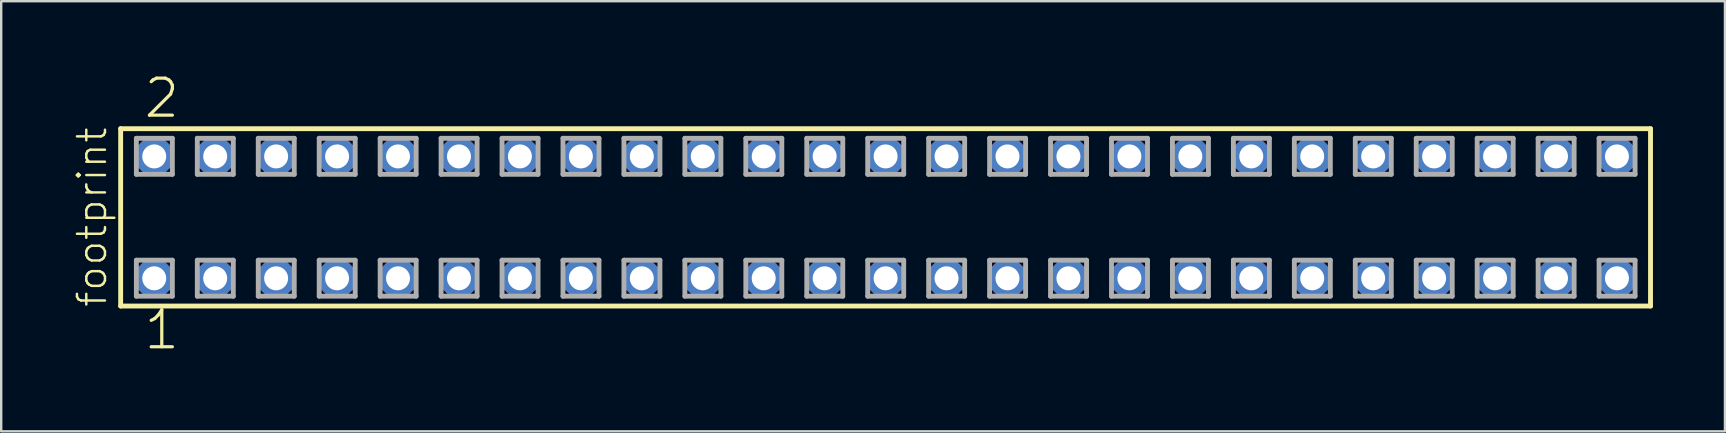
<source format=kicad_pcb>
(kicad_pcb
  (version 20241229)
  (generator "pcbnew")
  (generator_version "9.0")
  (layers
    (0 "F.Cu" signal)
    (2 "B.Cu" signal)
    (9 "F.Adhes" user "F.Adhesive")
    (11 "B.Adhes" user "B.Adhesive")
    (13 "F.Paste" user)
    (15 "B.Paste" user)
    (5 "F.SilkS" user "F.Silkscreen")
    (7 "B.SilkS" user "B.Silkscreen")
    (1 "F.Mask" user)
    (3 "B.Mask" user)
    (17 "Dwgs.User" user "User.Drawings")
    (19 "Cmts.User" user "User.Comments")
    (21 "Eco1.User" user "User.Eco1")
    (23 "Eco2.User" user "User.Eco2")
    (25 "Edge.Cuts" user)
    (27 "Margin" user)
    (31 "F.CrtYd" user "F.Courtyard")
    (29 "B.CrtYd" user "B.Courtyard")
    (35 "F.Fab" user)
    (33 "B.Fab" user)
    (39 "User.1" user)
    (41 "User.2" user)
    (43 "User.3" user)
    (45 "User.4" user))
  (footprint "footprint"
    (layer "F.Cu")
    (at 33.858 6.009)
    (property "Reference" "footprint" (at -32.385 3.81 90) (layer "F.SilkS") (effects (font (size 1.168 1.168) (thickness 0.102)) (justify left bottom)))
    (fp_line (start -31.879 -3.695) (end 31.879 -3.695) (stroke (width 0.203) (type solid)) (layer "F.SilkS"))
    (fp_line (start -31.879 3.695) (end -31.879 -3.695) (stroke (width 0.203) (type solid)) (layer "F.SilkS"))
    (fp_line (start 31.879 -3.695) (end 31.879 3.695) (stroke (width 0.203) (type solid)) (layer "F.SilkS"))
    (fp_line (start 31.879 3.695) (end -31.879 3.695) (stroke (width 0.203) (type solid)) (layer "F.SilkS"))
    (fp_line (start -31.225 -3.295) (end -29.725 -3.295) (stroke (width 0.203) (type solid)) (layer "F.Fab"))
    (fp_line (start -31.225 -1.795) (end -31.225 -3.295) (stroke (width 0.203) (type solid)) (layer "F.Fab"))
    (fp_line (start -31.225 1.785) (end -29.725 1.785) (stroke (width 0.203) (type solid)) (layer "F.Fab"))
    (fp_line (start -31.225 3.285) (end -31.225 1.785) (stroke (width 0.203) (type solid)) (layer "F.Fab"))
    (fp_line (start -29.725 -3.295) (end -29.725 -1.795) (stroke (width 0.203) (type solid)) (layer "F.Fab"))
    (fp_line (start -29.725 -1.795) (end -31.225 -1.795) (stroke (width 0.203) (type solid)) (layer "F.Fab"))
    (fp_line (start -29.725 1.785) (end -29.725 3.285) (stroke (width 0.203) (type solid)) (layer "F.Fab"))
    (fp_line (start -29.725 3.285) (end -31.225 3.285) (stroke (width 0.203) (type solid)) (layer "F.Fab"))
    (fp_line (start -28.685 -3.295) (end -27.185 -3.295) (stroke (width 0.203) (type solid)) (layer "F.Fab"))
    (fp_line (start -28.685 -1.795) (end -28.685 -3.295) (stroke (width 0.203) (type solid)) (layer "F.Fab"))
    (fp_line (start -28.685 1.785) (end -27.185 1.785) (stroke (width 0.203) (type solid)) (layer "F.Fab"))
    (fp_line (start -28.685 3.285) (end -28.685 1.785) (stroke (width 0.203) (type solid)) (layer "F.Fab"))
    (fp_line (start -27.185 -3.295) (end -27.185 -1.795) (stroke (width 0.203) (type solid)) (layer "F.Fab"))
    (fp_line (start -27.185 -1.795) (end -28.685 -1.795) (stroke (width 0.203) (type solid)) (layer "F.Fab"))
    (fp_line (start -27.185 1.785) (end -27.185 3.285) (stroke (width 0.203) (type solid)) (layer "F.Fab"))
    (fp_line (start -27.185 3.285) (end -28.685 3.285) (stroke (width 0.203) (type solid)) (layer "F.Fab"))
    (fp_line (start -26.145 -3.295) (end -24.645 -3.295) (stroke (width 0.203) (type solid)) (layer "F.Fab"))
    (fp_line (start -26.145 -1.795) (end -26.145 -3.295) (stroke (width 0.203) (type solid)) (layer "F.Fab"))
    (fp_line (start -26.145 1.785) (end -24.645 1.785) (stroke (width 0.203) (type solid)) (layer "F.Fab"))
    (fp_line (start -26.145 3.285) (end -26.145 1.785) (stroke (width 0.203) (type solid)) (layer "F.Fab"))
    (fp_line (start -24.645 -3.295) (end -24.645 -1.795) (stroke (width 0.203) (type solid)) (layer "F.Fab"))
    (fp_line (start -24.645 -1.795) (end -26.145 -1.795) (stroke (width 0.203) (type solid)) (layer "F.Fab"))
    (fp_line (start -24.645 1.785) (end -24.645 3.285) (stroke (width 0.203) (type solid)) (layer "F.Fab"))
    (fp_line (start -24.645 3.285) (end -26.145 3.285) (stroke (width 0.203) (type solid)) (layer "F.Fab"))
    (fp_line (start -23.605 -3.295) (end -22.105 -3.295) (stroke (width 0.203) (type solid)) (layer "F.Fab"))
    (fp_line (start -23.605 -1.795) (end -23.605 -3.295) (stroke (width 0.203) (type solid)) (layer "F.Fab"))
    (fp_line (start -23.605 1.785) (end -22.105 1.785) (stroke (width 0.203) (type solid)) (layer "F.Fab"))
    (fp_line (start -23.605 3.285) (end -23.605 1.785) (stroke (width 0.203) (type solid)) (layer "F.Fab"))
    (fp_line (start -22.105 -3.295) (end -22.105 -1.795) (stroke (width 0.203) (type solid)) (layer "F.Fab"))
    (fp_line (start -22.105 -1.795) (end -23.605 -1.795) (stroke (width 0.203) (type solid)) (layer "F.Fab"))
    (fp_line (start -22.105 1.785) (end -22.105 3.285) (stroke (width 0.203) (type solid)) (layer "F.Fab"))
    (fp_line (start -22.105 3.285) (end -23.605 3.285) (stroke (width 0.203) (type solid)) (layer "F.Fab"))
    (fp_line (start -21.065 -3.295) (end -19.565 -3.295) (stroke (width 0.203) (type solid)) (layer "F.Fab"))
    (fp_line (start -21.065 -1.795) (end -21.065 -3.295) (stroke (width 0.203) (type solid)) (layer "F.Fab"))
    (fp_line (start -21.065 1.785) (end -19.565 1.785) (stroke (width 0.203) (type solid)) (layer "F.Fab"))
    (fp_line (start -21.065 3.285) (end -21.065 1.785) (stroke (width 0.203) (type solid)) (layer "F.Fab"))
    (fp_line (start -19.565 -3.295) (end -19.565 -1.795) (stroke (width 0.203) (type solid)) (layer "F.Fab"))
    (fp_line (start -19.565 -1.795) (end -21.065 -1.795) (stroke (width 0.203) (type solid)) (layer "F.Fab"))
    (fp_line (start -19.565 1.785) (end -19.565 3.285) (stroke (width 0.203) (type solid)) (layer "F.Fab"))
    (fp_line (start -19.565 3.285) (end -21.065 3.285) (stroke (width 0.203) (type solid)) (layer "F.Fab"))
    (fp_line (start -18.525 -3.295) (end -17.025 -3.295) (stroke (width 0.203) (type solid)) (layer "F.Fab"))
    (fp_line (start -18.525 -1.795) (end -18.525 -3.295) (stroke (width 0.203) (type solid)) (layer "F.Fab"))
    (fp_line (start -18.525 1.785) (end -17.025 1.785) (stroke (width 0.203) (type solid)) (layer "F.Fab"))
    (fp_line (start -18.525 3.285) (end -18.525 1.785) (stroke (width 0.203) (type solid)) (layer "F.Fab"))
    (fp_line (start -17.025 -3.295) (end -17.025 -1.795) (stroke (width 0.203) (type solid)) (layer "F.Fab"))
    (fp_line (start -17.025 -1.795) (end -18.525 -1.795) (stroke (width 0.203) (type solid)) (layer "F.Fab"))
    (fp_line (start -17.025 1.785) (end -17.025 3.285) (stroke (width 0.203) (type solid)) (layer "F.Fab"))
    (fp_line (start -17.025 3.285) (end -18.525 3.285) (stroke (width 0.203) (type solid)) (layer "F.Fab"))
    (fp_line (start -15.985 -3.295) (end -14.485 -3.295) (stroke (width 0.203) (type solid)) (layer "F.Fab"))
    (fp_line (start -15.985 -1.795) (end -15.985 -3.295) (stroke (width 0.203) (type solid)) (layer "F.Fab"))
    (fp_line (start -15.985 1.785) (end -14.485 1.785) (stroke (width 0.203) (type solid)) (layer "F.Fab"))
    (fp_line (start -15.985 3.285) (end -15.985 1.785) (stroke (width 0.203) (type solid)) (layer "F.Fab"))
    (fp_line (start -14.485 -3.295) (end -14.485 -1.795) (stroke (width 0.203) (type solid)) (layer "F.Fab"))
    (fp_line (start -14.485 -1.795) (end -15.985 -1.795) (stroke (width 0.203) (type solid)) (layer "F.Fab"))
    (fp_line (start -14.485 1.785) (end -14.485 3.285) (stroke (width 0.203) (type solid)) (layer "F.Fab"))
    (fp_line (start -14.485 3.285) (end -15.985 3.285) (stroke (width 0.203) (type solid)) (layer "F.Fab"))
    (fp_line (start -13.445 -3.295) (end -11.945 -3.295) (stroke (width 0.203) (type solid)) (layer "F.Fab"))
    (fp_line (start -13.445 -1.795) (end -13.445 -3.295) (stroke (width 0.203) (type solid)) (layer "F.Fab"))
    (fp_line (start -13.445 1.785) (end -11.945 1.785) (stroke (width 0.203) (type solid)) (layer "F.Fab"))
    (fp_line (start -13.445 3.285) (end -13.445 1.785) (stroke (width 0.203) (type solid)) (layer "F.Fab"))
    (fp_line (start -11.945 -3.295) (end -11.945 -1.795) (stroke (width 0.203) (type solid)) (layer "F.Fab"))
    (fp_line (start -11.945 -1.795) (end -13.445 -1.795) (stroke (width 0.203) (type solid)) (layer "F.Fab"))
    (fp_line (start -11.945 1.785) (end -11.945 3.285) (stroke (width 0.203) (type solid)) (layer "F.Fab"))
    (fp_line (start -11.945 3.285) (end -13.445 3.285) (stroke (width 0.203) (type solid)) (layer "F.Fab"))
    (fp_line (start -10.905 -3.295) (end -9.405 -3.295) (stroke (width 0.203) (type solid)) (layer "F.Fab"))
    (fp_line (start -10.905 -1.795) (end -10.905 -3.295) (stroke (width 0.203) (type solid)) (layer "F.Fab"))
    (fp_line (start -10.905 1.785) (end -9.405 1.785) (stroke (width 0.203) (type solid)) (layer "F.Fab"))
    (fp_line (start -10.905 3.285) (end -10.905 1.785) (stroke (width 0.203) (type solid)) (layer "F.Fab"))
    (fp_line (start -9.405 -3.295) (end -9.405 -1.795) (stroke (width 0.203) (type solid)) (layer "F.Fab"))
    (fp_line (start -9.405 -1.795) (end -10.905 -1.795) (stroke (width 0.203) (type solid)) (layer "F.Fab"))
    (fp_line (start -9.405 1.785) (end -9.405 3.285) (stroke (width 0.203) (type solid)) (layer "F.Fab"))
    (fp_line (start -9.405 3.285) (end -10.905 3.285) (stroke (width 0.203) (type solid)) (layer "F.Fab"))
    (fp_line (start -8.365 -3.295) (end -6.865 -3.295) (stroke (width 0.203) (type solid)) (layer "F.Fab"))
    (fp_line (start -8.365 -1.795) (end -8.365 -3.295) (stroke (width 0.203) (type solid)) (layer "F.Fab"))
    (fp_line (start -8.365 1.785) (end -6.865 1.785) (stroke (width 0.203) (type solid)) (layer "F.Fab"))
    (fp_line (start -8.365 3.285) (end -8.365 1.785) (stroke (width 0.203) (type solid)) (layer "F.Fab"))
    (fp_line (start -6.865 -3.295) (end -6.865 -1.795) (stroke (width 0.203) (type solid)) (layer "F.Fab"))
    (fp_line (start -6.865 -1.795) (end -8.365 -1.795) (stroke (width 0.203) (type solid)) (layer "F.Fab"))
    (fp_line (start -6.865 1.785) (end -6.865 3.285) (stroke (width 0.203) (type solid)) (layer "F.Fab"))
    (fp_line (start -6.865 3.285) (end -8.365 3.285) (stroke (width 0.203) (type solid)) (layer "F.Fab"))
    (fp_line (start -5.825 -3.295) (end -4.325 -3.295) (stroke (width 0.203) (type solid)) (layer "F.Fab"))
    (fp_line (start -5.825 -1.795) (end -5.825 -3.295) (stroke (width 0.203) (type solid)) (layer "F.Fab"))
    (fp_line (start -5.825 1.785) (end -4.325 1.785) (stroke (width 0.203) (type solid)) (layer "F.Fab"))
    (fp_line (start -5.825 3.285) (end -5.825 1.785) (stroke (width 0.203) (type solid)) (layer "F.Fab"))
    (fp_line (start -4.325 -3.295) (end -4.325 -1.795) (stroke (width 0.203) (type solid)) (layer "F.Fab"))
    (fp_line (start -4.325 -1.795) (end -5.825 -1.795) (stroke (width 0.203) (type solid)) (layer "F.Fab"))
    (fp_line (start -4.325 1.785) (end -4.325 3.285) (stroke (width 0.203) (type solid)) (layer "F.Fab"))
    (fp_line (start -4.325 3.285) (end -5.825 3.285) (stroke (width 0.203) (type solid)) (layer "F.Fab"))
    (fp_line (start -3.285 -3.295) (end -1.785 -3.295) (stroke (width 0.203) (type solid)) (layer "F.Fab"))
    (fp_line (start -3.285 -1.795) (end -3.285 -3.295) (stroke (width 0.203) (type solid)) (layer "F.Fab"))
    (fp_line (start -3.285 1.785) (end -1.785 1.785) (stroke (width 0.203) (type solid)) (layer "F.Fab"))
    (fp_line (start -3.285 3.285) (end -3.285 1.785) (stroke (width 0.203) (type solid)) (layer "F.Fab"))
    (fp_line (start -1.785 -3.295) (end -1.785 -1.795) (stroke (width 0.203) (type solid)) (layer "F.Fab"))
    (fp_line (start -1.785 -1.795) (end -3.285 -1.795) (stroke (width 0.203) (type solid)) (layer "F.Fab"))
    (fp_line (start -1.785 1.785) (end -1.785 3.285) (stroke (width 0.203) (type solid)) (layer "F.Fab"))
    (fp_line (start -1.785 3.285) (end -3.285 3.285) (stroke (width 0.203) (type solid)) (layer "F.Fab"))
    (fp_line (start -0.745 -3.295) (end 0.755 -3.295) (stroke (width 0.203) (type solid)) (layer "F.Fab"))
    (fp_line (start -0.745 -1.795) (end -0.745 -3.295) (stroke (width 0.203) (type solid)) (layer "F.Fab"))
    (fp_line (start -0.745 1.785) (end 0.755 1.785) (stroke (width 0.203) (type solid)) (layer "F.Fab"))
    (fp_line (start -0.745 3.285) (end -0.745 1.785) (stroke (width 0.203) (type solid)) (layer "F.Fab"))
    (fp_line (start 0.755 -3.295) (end 0.755 -1.795) (stroke (width 0.203) (type solid)) (layer "F.Fab"))
    (fp_line (start 0.755 -1.795) (end -0.745 -1.795) (stroke (width 0.203) (type solid)) (layer "F.Fab"))
    (fp_line (start 0.755 1.785) (end 0.755 3.285) (stroke (width 0.203) (type solid)) (layer "F.Fab"))
    (fp_line (start 0.755 3.285) (end -0.745 3.285) (stroke (width 0.203) (type solid)) (layer "F.Fab"))
    (fp_line (start 1.795 -3.295) (end 3.295 -3.295) (stroke (width 0.203) (type solid)) (layer "F.Fab"))
    (fp_line (start 1.795 -1.795) (end 1.795 -3.295) (stroke (width 0.203) (type solid)) (layer "F.Fab"))
    (fp_line (start 1.795 1.785) (end 3.295 1.785) (stroke (width 0.203) (type solid)) (layer "F.Fab"))
    (fp_line (start 1.795 3.285) (end 1.795 1.785) (stroke (width 0.203) (type solid)) (layer "F.Fab"))
    (fp_line (start 3.295 -3.295) (end 3.295 -1.795) (stroke (width 0.203) (type solid)) (layer "F.Fab"))
    (fp_line (start 3.295 -1.795) (end 1.795 -1.795) (stroke (width 0.203) (type solid)) (layer "F.Fab"))
    (fp_line (start 3.295 1.785) (end 3.295 3.285) (stroke (width 0.203) (type solid)) (layer "F.Fab"))
    (fp_line (start 3.295 3.285) (end 1.795 3.285) (stroke (width 0.203) (type solid)) (layer "F.Fab"))
    (fp_line (start 4.335 -3.295) (end 5.835 -3.295) (stroke (width 0.203) (type solid)) (layer "F.Fab"))
    (fp_line (start 4.335 -1.795) (end 4.335 -3.295) (stroke (width 0.203) (type solid)) (layer "F.Fab"))
    (fp_line (start 4.335 1.785) (end 5.835 1.785) (stroke (width 0.203) (type solid)) (layer "F.Fab"))
    (fp_line (start 4.335 3.285) (end 4.335 1.785) (stroke (width 0.203) (type solid)) (layer "F.Fab"))
    (fp_line (start 5.835 -3.295) (end 5.835 -1.795) (stroke (width 0.203) (type solid)) (layer "F.Fab"))
    (fp_line (start 5.835 -1.795) (end 4.335 -1.795) (stroke (width 0.203) (type solid)) (layer "F.Fab"))
    (fp_line (start 5.835 1.785) (end 5.835 3.285) (stroke (width 0.203) (type solid)) (layer "F.Fab"))
    (fp_line (start 5.835 3.285) (end 4.335 3.285) (stroke (width 0.203) (type solid)) (layer "F.Fab"))
    (fp_line (start 6.875 -3.295) (end 8.375 -3.295) (stroke (width 0.203) (type solid)) (layer "F.Fab"))
    (fp_line (start 6.875 -1.795) (end 6.875 -3.295) (stroke (width 0.203) (type solid)) (layer "F.Fab"))
    (fp_line (start 6.875 1.785) (end 8.375 1.785) (stroke (width 0.203) (type solid)) (layer "F.Fab"))
    (fp_line (start 6.875 3.285) (end 6.875 1.785) (stroke (width 0.203) (type solid)) (layer "F.Fab"))
    (fp_line (start 8.375 -3.295) (end 8.375 -1.795) (stroke (width 0.203) (type solid)) (layer "F.Fab"))
    (fp_line (start 8.375 -1.795) (end 6.875 -1.795) (stroke (width 0.203) (type solid)) (layer "F.Fab"))
    (fp_line (start 8.375 1.785) (end 8.375 3.285) (stroke (width 0.203) (type solid)) (layer "F.Fab"))
    (fp_line (start 8.375 3.285) (end 6.875 3.285) (stroke (width 0.203) (type solid)) (layer "F.Fab"))
    (fp_line (start 9.415 -3.295) (end 10.915 -3.295) (stroke (width 0.203) (type solid)) (layer "F.Fab"))
    (fp_line (start 9.415 -1.795) (end 9.415 -3.295) (stroke (width 0.203) (type solid)) (layer "F.Fab"))
    (fp_line (start 9.415 1.785) (end 10.915 1.785) (stroke (width 0.203) (type solid)) (layer "F.Fab"))
    (fp_line (start 9.415 3.285) (end 9.415 1.785) (stroke (width 0.203) (type solid)) (layer "F.Fab"))
    (fp_line (start 10.915 -3.295) (end 10.915 -1.795) (stroke (width 0.203) (type solid)) (layer "F.Fab"))
    (fp_line (start 10.915 -1.795) (end 9.415 -1.795) (stroke (width 0.203) (type solid)) (layer "F.Fab"))
    (fp_line (start 10.915 1.785) (end 10.915 3.285) (stroke (width 0.203) (type solid)) (layer "F.Fab"))
    (fp_line (start 10.915 3.285) (end 9.415 3.285) (stroke (width 0.203) (type solid)) (layer "F.Fab"))
    (fp_line (start 11.955 -3.295) (end 13.455 -3.295) (stroke (width 0.203) (type solid)) (layer "F.Fab"))
    (fp_line (start 11.955 -1.795) (end 11.955 -3.295) (stroke (width 0.203) (type solid)) (layer "F.Fab"))
    (fp_line (start 11.955 1.785) (end 13.455 1.785) (stroke (width 0.203) (type solid)) (layer "F.Fab"))
    (fp_line (start 11.955 3.285) (end 11.955 1.785) (stroke (width 0.203) (type solid)) (layer "F.Fab"))
    (fp_line (start 13.455 -3.295) (end 13.455 -1.795) (stroke (width 0.203) (type solid)) (layer "F.Fab"))
    (fp_line (start 13.455 -1.795) (end 11.955 -1.795) (stroke (width 0.203) (type solid)) (layer "F.Fab"))
    (fp_line (start 13.455 1.785) (end 13.455 3.285) (stroke (width 0.203) (type solid)) (layer "F.Fab"))
    (fp_line (start 13.455 3.285) (end 11.955 3.285) (stroke (width 0.203) (type solid)) (layer "F.Fab"))
    (fp_line (start 14.495 -3.295) (end 15.995 -3.295) (stroke (width 0.203) (type solid)) (layer "F.Fab"))
    (fp_line (start 14.495 -1.795) (end 14.495 -3.295) (stroke (width 0.203) (type solid)) (layer "F.Fab"))
    (fp_line (start 14.495 1.785) (end 15.995 1.785) (stroke (width 0.203) (type solid)) (layer "F.Fab"))
    (fp_line (start 14.495 3.285) (end 14.495 1.785) (stroke (width 0.203) (type solid)) (layer "F.Fab"))
    (fp_line (start 15.995 -3.295) (end 15.995 -1.795) (stroke (width 0.203) (type solid)) (layer "F.Fab"))
    (fp_line (start 15.995 -1.795) (end 14.495 -1.795) (stroke (width 0.203) (type solid)) (layer "F.Fab"))
    (fp_line (start 15.995 1.785) (end 15.995 3.285) (stroke (width 0.203) (type solid)) (layer "F.Fab"))
    (fp_line (start 15.995 3.285) (end 14.495 3.285) (stroke (width 0.203) (type solid)) (layer "F.Fab"))
    (fp_line (start 17.035 -3.295) (end 18.535 -3.295) (stroke (width 0.203) (type solid)) (layer "F.Fab"))
    (fp_line (start 17.035 -1.795) (end 17.035 -3.295) (stroke (width 0.203) (type solid)) (layer "F.Fab"))
    (fp_line (start 17.035 1.785) (end 18.535 1.785) (stroke (width 0.203) (type solid)) (layer "F.Fab"))
    (fp_line (start 17.035 3.285) (end 17.035 1.785) (stroke (width 0.203) (type solid)) (layer "F.Fab"))
    (fp_line (start 18.535 -3.295) (end 18.535 -1.795) (stroke (width 0.203) (type solid)) (layer "F.Fab"))
    (fp_line (start 18.535 -1.795) (end 17.035 -1.795) (stroke (width 0.203) (type solid)) (layer "F.Fab"))
    (fp_line (start 18.535 1.785) (end 18.535 3.285) (stroke (width 0.203) (type solid)) (layer "F.Fab"))
    (fp_line (start 18.535 3.285) (end 17.035 3.285) (stroke (width 0.203) (type solid)) (layer "F.Fab"))
    (fp_line (start 19.575 -3.295) (end 21.075 -3.295) (stroke (width 0.203) (type solid)) (layer "F.Fab"))
    (fp_line (start 19.575 -1.795) (end 19.575 -3.295) (stroke (width 0.203) (type solid)) (layer "F.Fab"))
    (fp_line (start 19.575 1.785) (end 21.075 1.785) (stroke (width 0.203) (type solid)) (layer "F.Fab"))
    (fp_line (start 19.575 3.285) (end 19.575 1.785) (stroke (width 0.203) (type solid)) (layer "F.Fab"))
    (fp_line (start 21.075 -3.295) (end 21.075 -1.795) (stroke (width 0.203) (type solid)) (layer "F.Fab"))
    (fp_line (start 21.075 -1.795) (end 19.575 -1.795) (stroke (width 0.203) (type solid)) (layer "F.Fab"))
    (fp_line (start 21.075 1.785) (end 21.075 3.285) (stroke (width 0.203) (type solid)) (layer "F.Fab"))
    (fp_line (start 21.075 3.285) (end 19.575 3.285) (stroke (width 0.203) (type solid)) (layer "F.Fab"))
    (fp_line (start 22.115 -3.295) (end 23.615 -3.295) (stroke (width 0.203) (type solid)) (layer "F.Fab"))
    (fp_line (start 22.115 -1.795) (end 22.115 -3.295) (stroke (width 0.203) (type solid)) (layer "F.Fab"))
    (fp_line (start 22.115 1.785) (end 23.615 1.785) (stroke (width 0.203) (type solid)) (layer "F.Fab"))
    (fp_line (start 22.115 3.285) (end 22.115 1.785) (stroke (width 0.203) (type solid)) (layer "F.Fab"))
    (fp_line (start 23.615 -3.295) (end 23.615 -1.795) (stroke (width 0.203) (type solid)) (layer "F.Fab"))
    (fp_line (start 23.615 -1.795) (end 22.115 -1.795) (stroke (width 0.203) (type solid)) (layer "F.Fab"))
    (fp_line (start 23.615 1.785) (end 23.615 3.285) (stroke (width 0.203) (type solid)) (layer "F.Fab"))
    (fp_line (start 23.615 3.285) (end 22.115 3.285) (stroke (width 0.203) (type solid)) (layer "F.Fab"))
    (fp_line (start 24.655 -3.295) (end 26.155 -3.295) (stroke (width 0.203) (type solid)) (layer "F.Fab"))
    (fp_line (start 24.655 -1.795) (end 24.655 -3.295) (stroke (width 0.203) (type solid)) (layer "F.Fab"))
    (fp_line (start 24.655 1.785) (end 26.155 1.785) (stroke (width 0.203) (type solid)) (layer "F.Fab"))
    (fp_line (start 24.655 3.285) (end 24.655 1.785) (stroke (width 0.203) (type solid)) (layer "F.Fab"))
    (fp_line (start 26.155 -3.295) (end 26.155 -1.795) (stroke (width 0.203) (type solid)) (layer "F.Fab"))
    (fp_line (start 26.155 -1.795) (end 24.655 -1.795) (stroke (width 0.203) (type solid)) (layer "F.Fab"))
    (fp_line (start 26.155 1.785) (end 26.155 3.285) (stroke (width 0.203) (type solid)) (layer "F.Fab"))
    (fp_line (start 26.155 3.285) (end 24.655 3.285) (stroke (width 0.203) (type solid)) (layer "F.Fab"))
    (fp_line (start 27.195 -3.295) (end 28.695 -3.295) (stroke (width 0.203) (type solid)) (layer "F.Fab"))
    (fp_line (start 27.195 -1.795) (end 27.195 -3.295) (stroke (width 0.203) (type solid)) (layer "F.Fab"))
    (fp_line (start 27.195 1.785) (end 28.695 1.785) (stroke (width 0.203) (type solid)) (layer "F.Fab"))
    (fp_line (start 27.195 3.285) (end 27.195 1.785) (stroke (width 0.203) (type solid)) (layer "F.Fab"))
    (fp_line (start 28.695 -3.295) (end 28.695 -1.795) (stroke (width 0.203) (type solid)) (layer "F.Fab"))
    (fp_line (start 28.695 -1.795) (end 27.195 -1.795) (stroke (width 0.203) (type solid)) (layer "F.Fab"))
    (fp_line (start 28.695 1.785) (end 28.695 3.285) (stroke (width 0.203) (type solid)) (layer "F.Fab"))
    (fp_line (start 28.695 3.285) (end 27.195 3.285) (stroke (width 0.203) (type solid)) (layer "F.Fab"))
    (fp_line (start 29.735 -3.295) (end 31.235 -3.295) (stroke (width 0.203) (type solid)) (layer "F.Fab"))
    (fp_line (start 29.735 -1.795) (end 29.735 -3.295) (stroke (width 0.203) (type solid)) (layer "F.Fab"))
    (fp_line (start 29.735 1.785) (end 31.235 1.785) (stroke (width 0.203) (type solid)) (layer "F.Fab"))
    (fp_line (start 29.735 3.285) (end 29.735 1.785) (stroke (width 0.203) (type solid)) (layer "F.Fab"))
    (fp_line (start 31.235 -3.295) (end 31.235 -1.795) (stroke (width 0.203) (type solid)) (layer "F.Fab"))
    (fp_line (start 31.235 -1.795) (end 29.735 -1.795) (stroke (width 0.203) (type solid)) (layer "F.Fab"))
    (fp_line (start 31.235 1.785) (end 31.235 3.285) (stroke (width 0.203) (type solid)) (layer "F.Fab"))
    (fp_line (start 31.235 3.285) (end 29.735 3.285) (stroke (width 0.203) (type solid)) (layer "F.Fab"))
    (fp_text user "2" (at -30.988 -4.064 0) (layer "F.SilkS") (effects (font (size 1.542 1.542) (thickness 0.134)) (justify left bottom)))
    (fp_text user "1" (at -30.988 5.588 0) (layer "F.SilkS") (effects (font (size 1.542 1.542) (thickness 0.134)) (justify left bottom)))
    (pad "1" thru_hole roundrect (at -30.48 2.54) (size 1.5 1.5) (drill 1) (layers "*.Cu" "*.Mask") (roundrect_rratio 0.25) (chamfer_ratio 0.25) (chamfer top_left top_right bottom_left bottom_right))
    (pad "2" thru_hole roundrect (at -30.48 -2.54) (size 1.5 1.5) (drill 1) (layers "*.Cu" "*.Mask") (roundrect_rratio 0.25) (chamfer_ratio 0.25) (chamfer top_left top_right bottom_left bottom_right))
    (pad "3" thru_hole roundrect (at -27.94 2.54) (size 1.5 1.5) (drill 1) (layers "*.Cu" "*.Mask") (roundrect_rratio 0.25) (chamfer_ratio 0.25) (chamfer top_left top_right bottom_left bottom_right))
    (pad "4" thru_hole roundrect (at -27.94 -2.54) (size 1.5 1.5) (drill 1) (layers "*.Cu" "*.Mask") (roundrect_rratio 0.25) (chamfer_ratio 0.25) (chamfer top_left top_right bottom_left bottom_right))
    (pad "5" thru_hole roundrect (at -25.4 2.54) (size 1.5 1.5) (drill 1) (layers "*.Cu" "*.Mask") (roundrect_rratio 0.25) (chamfer_ratio 0.25) (chamfer top_left top_right bottom_left bottom_right))
    (pad "6" thru_hole roundrect (at -25.4 -2.54) (size 1.5 1.5) (drill 1) (layers "*.Cu" "*.Mask") (roundrect_rratio 0.25) (chamfer_ratio 0.25) (chamfer top_left top_right bottom_left bottom_right))
    (pad "7" thru_hole roundrect (at -22.86 2.54) (size 1.5 1.5) (drill 1) (layers "*.Cu" "*.Mask") (roundrect_rratio 0.25) (chamfer_ratio 0.25) (chamfer top_left top_right bottom_left bottom_right))
    (pad "8" thru_hole roundrect (at -22.86 -2.54) (size 1.5 1.5) (drill 1) (layers "*.Cu" "*.Mask") (roundrect_rratio 0.25) (chamfer_ratio 0.25) (chamfer top_left top_right bottom_left bottom_right))
    (pad "9" thru_hole roundrect (at -20.32 2.54) (size 1.5 1.5) (drill 1) (layers "*.Cu" "*.Mask") (roundrect_rratio 0.25) (chamfer_ratio 0.25) (chamfer top_left top_right bottom_left bottom_right))
    (pad "10" thru_hole roundrect (at -20.32 -2.54) (size 1.5 1.5) (drill 1) (layers "*.Cu" "*.Mask") (roundrect_rratio 0.25) (chamfer_ratio 0.25) (chamfer top_left top_right bottom_left bottom_right))
    (pad "11" thru_hole roundrect (at -17.78 2.54) (size 1.5 1.5) (drill 1) (layers "*.Cu" "*.Mask") (roundrect_rratio 0.25) (chamfer_ratio 0.25) (chamfer top_left top_right bottom_left bottom_right))
    (pad "12" thru_hole roundrect (at -17.78 -2.54) (size 1.5 1.5) (drill 1) (layers "*.Cu" "*.Mask") (roundrect_rratio 0.25) (chamfer_ratio 0.25) (chamfer top_left top_right bottom_left bottom_right))
    (pad "13" thru_hole roundrect (at -15.24 2.54) (size 1.5 1.5) (drill 1) (layers "*.Cu" "*.Mask") (roundrect_rratio 0.25) (chamfer_ratio 0.25) (chamfer top_left top_right bottom_left bottom_right))
    (pad "14" thru_hole roundrect (at -15.24 -2.54) (size 1.5 1.5) (drill 1) (layers "*.Cu" "*.Mask") (roundrect_rratio 0.25) (chamfer_ratio 0.25) (chamfer top_left top_right bottom_left bottom_right))
    (pad "15" thru_hole roundrect (at -12.7 2.54) (size 1.5 1.5) (drill 1) (layers "*.Cu" "*.Mask") (roundrect_rratio 0.25) (chamfer_ratio 0.25) (chamfer top_left top_right bottom_left bottom_right))
    (pad "16" thru_hole roundrect (at -12.7 -2.54) (size 1.5 1.5) (drill 1) (layers "*.Cu" "*.Mask") (roundrect_rratio 0.25) (chamfer_ratio 0.25) (chamfer top_left top_right bottom_left bottom_right))
    (pad "17" thru_hole roundrect (at -10.16 2.54) (size 1.5 1.5) (drill 1) (layers "*.Cu" "*.Mask") (roundrect_rratio 0.25) (chamfer_ratio 0.25) (chamfer top_left top_right bottom_left bottom_right))
    (pad "18" thru_hole roundrect (at -10.16 -2.54) (size 1.5 1.5) (drill 1) (layers "*.Cu" "*.Mask") (roundrect_rratio 0.25) (chamfer_ratio 0.25) (chamfer top_left top_right bottom_left bottom_right))
    (pad "19" thru_hole roundrect (at -7.62 2.54) (size 1.5 1.5) (drill 1) (layers "*.Cu" "*.Mask") (roundrect_rratio 0.25) (chamfer_ratio 0.25) (chamfer top_left top_right bottom_left bottom_right))
    (pad "20" thru_hole roundrect (at -7.62 -2.54) (size 1.5 1.5) (drill 1) (layers "*.Cu" "*.Mask") (roundrect_rratio 0.25) (chamfer_ratio 0.25) (chamfer top_left top_right bottom_left bottom_right))
    (pad "21" thru_hole roundrect (at -5.08 2.54) (size 1.5 1.5) (drill 1) (layers "*.Cu" "*.Mask") (roundrect_rratio 0.25) (chamfer_ratio 0.25) (chamfer top_left top_right bottom_left bottom_right))
    (pad "22" thru_hole roundrect (at -5.08 -2.54) (size 1.5 1.5) (drill 1) (layers "*.Cu" "*.Mask") (roundrect_rratio 0.25) (chamfer_ratio 0.25) (chamfer top_left top_right bottom_left bottom_right))
    (pad "23" thru_hole roundrect (at -2.54 2.54) (size 1.5 1.5) (drill 1) (layers "*.Cu" "*.Mask") (roundrect_rratio 0.25) (chamfer_ratio 0.25) (chamfer top_left top_right bottom_left bottom_right))
    (pad "24" thru_hole roundrect (at -2.54 -2.54) (size 1.5 1.5) (drill 1) (layers "*.Cu" "*.Mask") (roundrect_rratio 0.25) (chamfer_ratio 0.25) (chamfer top_left top_right bottom_left bottom_right))
    (pad "25" thru_hole roundrect (at 0 2.54) (size 1.5 1.5) (drill 1) (layers "*.Cu" "*.Mask") (roundrect_rratio 0.25) (chamfer_ratio 0.25) (chamfer top_left top_right bottom_left bottom_right))
    (pad "26" thru_hole roundrect (at 0 -2.54) (size 1.5 1.5) (drill 1) (layers "*.Cu" "*.Mask") (roundrect_rratio 0.25) (chamfer_ratio 0.25) (chamfer top_left top_right bottom_left bottom_right))
    (pad "27" thru_hole roundrect (at 2.54 2.54) (size 1.5 1.5) (drill 1) (layers "*.Cu" "*.Mask") (roundrect_rratio 0.25) (chamfer_ratio 0.25) (chamfer top_left top_right bottom_left bottom_right))
    (pad "28" thru_hole roundrect (at 2.54 -2.54) (size 1.5 1.5) (drill 1) (layers "*.Cu" "*.Mask") (roundrect_rratio 0.25) (chamfer_ratio 0.25) (chamfer top_left top_right bottom_left bottom_right))
    (pad "29" thru_hole roundrect (at 5.08 2.54) (size 1.5 1.5) (drill 1) (layers "*.Cu" "*.Mask") (roundrect_rratio 0.25) (chamfer_ratio 0.25) (chamfer top_left top_right bottom_left bottom_right))
    (pad "30" thru_hole roundrect (at 5.08 -2.54) (size 1.5 1.5) (drill 1) (layers "*.Cu" "*.Mask") (roundrect_rratio 0.25) (chamfer_ratio 0.25) (chamfer top_left top_right bottom_left bottom_right))
    (pad "31" thru_hole roundrect (at 7.62 2.54) (size 1.5 1.5) (drill 1) (layers "*.Cu" "*.Mask") (roundrect_rratio 0.25) (chamfer_ratio 0.25) (chamfer top_left top_right bottom_left bottom_right))
    (pad "32" thru_hole roundrect (at 7.62 -2.54) (size 1.5 1.5) (drill 1) (layers "*.Cu" "*.Mask") (roundrect_rratio 0.25) (chamfer_ratio 0.25) (chamfer top_left top_right bottom_left bottom_right))
    (pad "33" thru_hole roundrect (at 10.16 2.54) (size 1.5 1.5) (drill 1) (layers "*.Cu" "*.Mask") (roundrect_rratio 0.25) (chamfer_ratio 0.25) (chamfer top_left top_right bottom_left bottom_right))
    (pad "34" thru_hole roundrect (at 10.16 -2.54) (size 1.5 1.5) (drill 1) (layers "*.Cu" "*.Mask") (roundrect_rratio 0.25) (chamfer_ratio 0.25) (chamfer top_left top_right bottom_left bottom_right))
    (pad "35" thru_hole roundrect (at 12.7 2.54) (size 1.5 1.5) (drill 1) (layers "*.Cu" "*.Mask") (roundrect_rratio 0.25) (chamfer_ratio 0.25) (chamfer top_left top_right bottom_left bottom_right))
    (pad "36" thru_hole roundrect (at 12.7 -2.54) (size 1.5 1.5) (drill 1) (layers "*.Cu" "*.Mask") (roundrect_rratio 0.25) (chamfer_ratio 0.25) (chamfer top_left top_right bottom_left bottom_right))
    (pad "37" thru_hole roundrect (at 15.24 2.54) (size 1.5 1.5) (drill 1) (layers "*.Cu" "*.Mask") (roundrect_rratio 0.25) (chamfer_ratio 0.25) (chamfer top_left top_right bottom_left bottom_right))
    (pad "38" thru_hole roundrect (at 15.24 -2.54) (size 1.5 1.5) (drill 1) (layers "*.Cu" "*.Mask") (roundrect_rratio 0.25) (chamfer_ratio 0.25) (chamfer top_left top_right bottom_left bottom_right))
    (pad "39" thru_hole roundrect (at 17.78 2.54) (size 1.5 1.5) (drill 1) (layers "*.Cu" "*.Mask") (roundrect_rratio 0.25) (chamfer_ratio 0.25) (chamfer top_left top_right bottom_left bottom_right))
    (pad "40" thru_hole roundrect (at 17.78 -2.54) (size 1.5 1.5) (drill 1) (layers "*.Cu" "*.Mask") (roundrect_rratio 0.25) (chamfer_ratio 0.25) (chamfer top_left top_right bottom_left bottom_right))
    (pad "41" thru_hole roundrect (at 20.32 2.54) (size 1.5 1.5) (drill 1) (layers "*.Cu" "*.Mask") (roundrect_rratio 0.25) (chamfer_ratio 0.25) (chamfer top_left top_right bottom_left bottom_right))
    (pad "42" thru_hole roundrect (at 20.32 -2.54) (size 1.5 1.5) (drill 1) (layers "*.Cu" "*.Mask") (roundrect_rratio 0.25) (chamfer_ratio 0.25) (chamfer top_left top_right bottom_left bottom_right))
    (pad "43" thru_hole roundrect (at 22.86 2.54) (size 1.5 1.5) (drill 1) (layers "*.Cu" "*.Mask") (roundrect_rratio 0.25) (chamfer_ratio 0.25) (chamfer top_left top_right bottom_left bottom_right))
    (pad "44" thru_hole roundrect (at 22.86 -2.54) (size 1.5 1.5) (drill 1) (layers "*.Cu" "*.Mask") (roundrect_rratio 0.25) (chamfer_ratio 0.25) (chamfer top_left top_right bottom_left bottom_right))
    (pad "45" thru_hole roundrect (at 25.4 2.54) (size 1.5 1.5) (drill 1) (layers "*.Cu" "*.Mask") (roundrect_rratio 0.25) (chamfer_ratio 0.25) (chamfer top_left top_right bottom_left bottom_right))
    (pad "46" thru_hole roundrect (at 25.4 -2.54) (size 1.5 1.5) (drill 1) (layers "*.Cu" "*.Mask") (roundrect_rratio 0.25) (chamfer_ratio 0.25) (chamfer top_left top_right bottom_left bottom_right))
    (pad "47" thru_hole roundrect (at 27.94 2.54) (size 1.5 1.5) (drill 1) (layers "*.Cu" "*.Mask") (roundrect_rratio 0.25) (chamfer_ratio 0.25) (chamfer top_left top_right bottom_left bottom_right))
    (pad "48" thru_hole roundrect (at 27.94 -2.54) (size 1.5 1.5) (drill 1) (layers "*.Cu" "*.Mask") (roundrect_rratio 0.25) (chamfer_ratio 0.25) (chamfer top_left top_right bottom_left bottom_right))
    (pad "49" thru_hole roundrect (at 30.48 2.54) (size 1.5 1.5) (drill 1) (layers "*.Cu" "*.Mask") (roundrect_rratio 0.25) (chamfer_ratio 0.25) (chamfer top_left top_right bottom_left bottom_right))
    (pad "50" thru_hole roundrect (at 30.48 -2.54) (size 1.5 1.5) (drill 1) (layers "*.Cu" "*.Mask") (roundrect_rratio 0.25) (chamfer_ratio 0.25) (chamfer top_left top_right bottom_left bottom_right)))
  (gr_rect
    (start -3 -3)
    (end 68.839 14.927)
    (stroke (width 0.1) (type default))
    (fill no)
    (layer "Edge.Cuts")))
</source>
